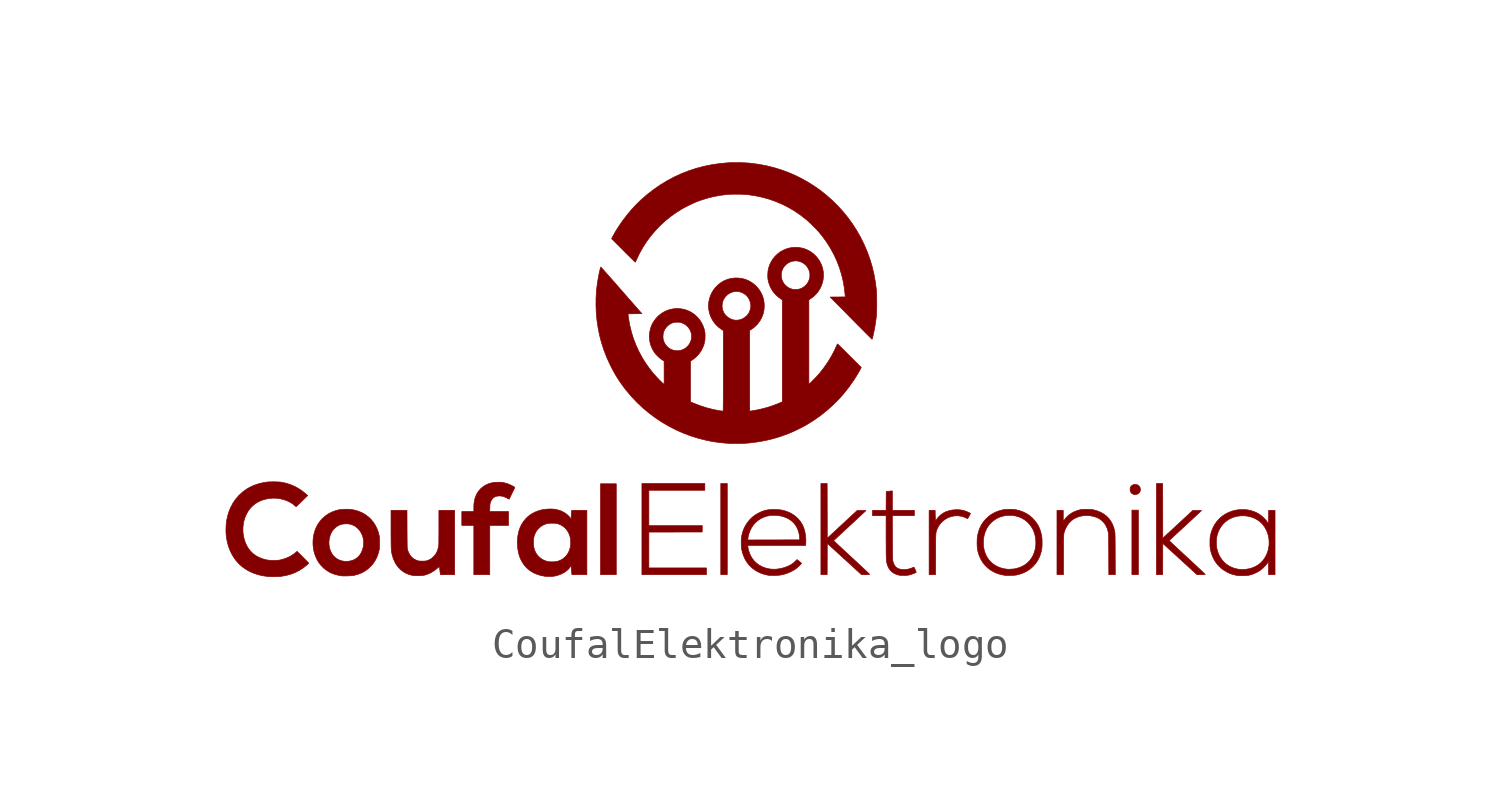
<source format=kicad_sym>
(kicad_symbol_lib
  (version 20211014)
  (generator kicad_symbol_editor)
  (symbol "CoufalElektronika_logo"
    (pin_names
      (offset 1.016))
    (property "Reference" "G"
      (at 0 6.861 0)
      (effects (font (size 1.27 1.27)) hide))
    (symbol "CoufalElektronika_logo_0_0"
      (polyline (pts (xy -4.539 -3.118) (xy -5.059 -3.118) (xy -5.059 -6.121) (xy -4.539 -6.121) (xy -4.539 -3.118)) (stroke (width 0.01) (type default) (color 0 0 0 0)) (fill (type outline)))
      (polyline (pts (xy -0.871 -3.11) (xy -1.085 -3.11) (xy -1.085 -6.121) (xy -0.871 -6.121) (xy -0.871 -3.11)) (stroke (width 0.01) (type default) (color 0 0 0 0)) (fill (type outline)))
      (polyline (pts (xy 12.715 -3.989) (xy 12.501 -3.989) (xy 12.501 -6.121) (xy 12.715 -6.121) (xy 12.715 -3.989)) (stroke (width 0.01) (type default) (color 0 0 0 0)) (fill (type outline)))
      (polyline (pts (xy -1.559 -5.899) (xy -3.462 -5.899) (xy -3.462 -4.715) (xy -2.581 -4.713) (xy -1.7 -4.711) (xy -1.696 -4.501) (xy -3.462 -4.501) (xy -3.462 -3.332) (xy -1.612 -3.332) (xy -1.612 -3.11) (xy -3.691 -3.11) (xy -3.691 -6.121) (xy -1.559 -6.121) (xy -1.559 -5.899)) (stroke (width 0.01) (type default) (color 0 0 0 0)) (fill (type outline)))
      (polyline (pts (xy 12.658 -3.468) (xy 12.701 -3.45) (xy 12.737 -3.423) (xy 12.763 -3.388) (xy 12.777 -3.352) (xy 12.781 -3.303) (xy 12.774 -3.254) (xy 12.766 -3.234) (xy 12.742 -3.196) (xy 12.709 -3.167) (xy 12.669 -3.147) (xy 12.626 -3.138) (xy 12.582 -3.139) (xy 12.539 -3.151) (xy 12.5 -3.174) (xy 12.467 -3.208) (xy 12.454 -3.231) (xy 12.445 -3.256) (xy 12.442 -3.289) (xy 12.442 -3.331) (xy 12.454 -3.379) (xy 12.478 -3.418) (xy 12.514 -3.449) (xy 12.562 -3.47) (xy 12.568 -3.471) (xy 12.612 -3.476) (xy 12.658 -3.468)) (stroke (width 0.01) (type default) (color 0 0 0 0)) (fill (type outline)))
      (polyline (pts (xy -8.719 -4.493) (xy -8.1 -4.493) (xy -8.1 -4.035) (xy -8.72 -4.035) (xy -8.717 -3.907) (xy -8.717 -3.903) (xy -8.716 -3.855) (xy -8.714 -3.818) (xy -8.711 -3.79) (xy -8.707 -3.767) (xy -8.702 -3.746) (xy -8.694 -3.724) (xy -8.673 -3.674) (xy -8.637 -3.619) (xy -8.593 -3.575) (xy -8.54 -3.545) (xy -8.477 -3.526) (xy -8.406 -3.52) (xy -8.387 -3.52) (xy -8.329 -3.525) (xy -8.273 -3.538) (xy -8.214 -3.56) (xy -8.149 -3.591) (xy -8.079 -3.628) (xy -7.987 -3.44) (xy -7.985 -3.437) (xy -7.961 -3.387) (xy -7.939 -3.342) (xy -7.92 -3.303) (xy -7.905 -3.272) (xy -7.896 -3.25) (xy -7.892 -3.241) (xy -7.892 -3.24) (xy -7.9 -3.231) (xy -7.919 -3.217) (xy -7.947 -3.2) (xy -7.982 -3.182) (xy -8.021 -3.163) (xy -8.061 -3.144) (xy -8.101 -3.128) (xy -8.139 -3.114) (xy -8.195 -3.097) (xy -8.263 -3.08) (xy -8.329 -3.07) (xy -8.399 -3.066) (xy -8.478 -3.067) (xy -8.538 -3.07) (xy -8.643 -3.085) (xy -8.739 -3.11) (xy -8.829 -3.147) (xy -8.914 -3.196) (xy -8.933 -3.209) (xy -9.011 -3.273) (xy -9.079 -3.348) (xy -9.137 -3.433) (xy -9.182 -3.526) (xy -9.216 -3.626) (xy -9.222 -3.655) (xy -9.233 -3.712) (xy -9.241 -3.772) (xy -9.245 -3.839) (xy -9.246 -3.917) (xy -9.246 -4.035) (xy -9.643 -4.035) (xy -9.643 -4.493) (xy -9.246 -4.493) (xy -9.246 -6.121) (xy -8.719 -6.121) (xy -8.719 -4.493)) (stroke (width 0.01) (type default) (color 0 0 0 0)) (fill (type outline)))
      (polyline (pts (xy 2.434 -5.087) (xy 2.999 -5.604) (xy 3.565 -6.121) (xy 3.7 -6.121) (xy 3.718 -6.121) (xy 3.765 -6.12) (xy 3.798 -6.119) (xy 3.82 -6.117) (xy 3.832 -6.115) (xy 3.835 -6.111) (xy 3.83 -6.105) (xy 3.815 -6.09) (xy 3.789 -6.065) (xy 3.755 -6.032) (xy 3.712 -5.992) (xy 3.661 -5.944) (xy 3.604 -5.89) (xy 3.54 -5.831) (xy 3.471 -5.767) (xy 3.398 -5.698) (xy 3.32 -5.626) (xy 3.239 -5.552) (xy 3.161 -5.48) (xy 3.084 -5.408) (xy 3.01 -5.34) (xy 2.941 -5.276) (xy 2.878 -5.216) (xy 2.82 -5.163) (xy 2.77 -5.115) (xy 2.727 -5.075) (xy 2.692 -5.042) (xy 2.667 -5.018) (xy 2.651 -5.002) (xy 2.646 -4.996) (xy 2.646 -4.996) (xy 2.655 -4.987) (xy 2.674 -4.969) (xy 2.703 -4.942) (xy 2.74 -4.907) (xy 2.785 -4.865) (xy 2.838 -4.816) (xy 2.896 -4.762) (xy 2.961 -4.702) (xy 3.03 -4.638) (xy 3.103 -4.571) (xy 3.179 -4.5) (xy 3.201 -4.479) (xy 3.277 -4.41) (xy 3.349 -4.343) (xy 3.416 -4.28) (xy 3.479 -4.222) (xy 3.536 -4.169) (xy 3.586 -4.122) (xy 3.629 -4.082) (xy 3.664 -4.049) (xy 3.69 -4.025) (xy 3.707 -4.009) (xy 3.712 -4.003) (xy 3.712 -4.003) (xy 3.705 -4.001) (xy 3.685 -3.999) (xy 3.655 -3.998) (xy 3.616 -3.997) (xy 3.571 -3.997) (xy 3.427 -3.997) (xy 2.93 -4.457) (xy 2.434 -4.918) (xy 2.432 -4.014) (xy 2.43 -3.11) (xy 2.224 -3.11) (xy 2.224 -6.121) (xy 2.43 -6.121) (xy 2.434 -5.087)) (stroke (width 0.01) (type default) (color 0 0 0 0)) (fill (type outline)))
      (polyline (pts (xy 13.52 -5.604) (xy 13.521 -5.087) (xy 14.087 -5.604) (xy 14.652 -6.121) (xy 14.788 -6.121) (xy 14.806 -6.121) (xy 14.852 -6.12) (xy 14.886 -6.119) (xy 14.908 -6.117) (xy 14.92 -6.115) (xy 14.923 -6.111) (xy 14.918 -6.105) (xy 14.902 -6.09) (xy 14.877 -6.065) (xy 14.842 -6.032) (xy 14.799 -5.992) (xy 14.749 -5.944) (xy 14.691 -5.89) (xy 14.628 -5.831) (xy 14.559 -5.767) (xy 14.485 -5.698) (xy 14.408 -5.626) (xy 14.327 -5.552) (xy 14.249 -5.48) (xy 14.171 -5.408) (xy 14.098 -5.34) (xy 14.029 -5.276) (xy 13.965 -5.216) (xy 13.908 -5.163) (xy 13.857 -5.115) (xy 13.815 -5.075) (xy 13.78 -5.042) (xy 13.754 -5.018) (xy 13.739 -5.002) (xy 13.733 -4.996) (xy 13.734 -4.996) (xy 13.743 -4.987) (xy 13.762 -4.969) (xy 13.791 -4.942) (xy 13.828 -4.907) (xy 13.873 -4.865) (xy 13.925 -4.816) (xy 13.984 -4.762) (xy 14.048 -4.702) (xy 14.117 -4.638) (xy 14.19 -4.571) (xy 14.267 -4.5) (xy 14.289 -4.479) (xy 14.364 -4.41) (xy 14.436 -4.343) (xy 14.504 -4.28) (xy 14.567 -4.222) (xy 14.624 -4.169) (xy 14.674 -4.122) (xy 14.717 -4.082) (xy 14.752 -4.049) (xy 14.778 -4.025) (xy 14.794 -4.009) (xy 14.8 -4.003) (xy 14.8 -4.003) (xy 14.793 -4.001) (xy 14.773 -3.999) (xy 14.742 -3.998) (xy 14.704 -3.997) (xy 14.659 -3.997) (xy 14.515 -3.997) (xy 13.521 -4.918) (xy 13.52 -4.014) (xy 13.518 -3.11) (xy 13.311 -3.11) (xy 13.311 -6.121) (xy 13.518 -6.121) (xy 13.52 -5.604)) (stroke (width 0.01) (type default) (color 0 0 0 0)) (fill (type outline)))
      (polyline (pts (xy 6.016 -5.439) (xy 6.016 -5.356) (xy 6.016 -5.246) (xy 6.017 -5.15) (xy 6.017 -5.066) (xy 6.018 -4.994) (xy 6.018 -4.933) (xy 6.019 -4.88) (xy 6.021 -4.836) (xy 6.022 -4.799) (xy 6.024 -4.768) (xy 6.027 -4.742) (xy 6.03 -4.72) (xy 6.034 -4.701) (xy 6.038 -4.684) (xy 6.043 -4.668) (xy 6.05 -4.652) (xy 6.056 -4.635) (xy 6.064 -4.616) (xy 6.075 -4.589) (xy 6.122 -4.502) (xy 6.182 -4.423) (xy 6.253 -4.351) (xy 6.333 -4.29) (xy 6.421 -4.241) (xy 6.438 -4.233) (xy 6.533 -4.2) (xy 6.631 -4.18) (xy 6.73 -4.175) (xy 6.829 -4.184) (xy 6.925 -4.208) (xy 7.017 -4.245) (xy 7.022 -4.248) (xy 7.046 -4.26) (xy 7.064 -4.268) (xy 7.072 -4.271) (xy 7.072 -4.271) (xy 7.078 -4.263) (xy 7.088 -4.245) (xy 7.103 -4.22) (xy 7.119 -4.191) (xy 7.135 -4.162) (xy 7.149 -4.135) (xy 7.16 -4.114) (xy 7.166 -4.102) (xy 7.166 -4.1) (xy 7.157 -4.092) (xy 7.136 -4.08) (xy 7.108 -4.066) (xy 7.074 -4.051) (xy 7.036 -4.035) (xy 6.999 -4.021) (xy 6.964 -4.008) (xy 6.933 -3.999) (xy 6.87 -3.986) (xy 6.767 -3.975) (xy 6.661 -3.976) (xy 6.554 -3.987) (xy 6.45 -4.01) (xy 6.354 -4.043) (xy 6.279 -4.08) (xy 6.207 -4.128) (xy 6.141 -4.183) (xy 6.085 -4.243) (xy 6.04 -4.306) (xy 6.01 -4.359) (xy 6.005 -4.241) (xy 6.005 -4.227) (xy 6.003 -4.179) (xy 6.001 -4.132) (xy 6 -4.09) (xy 6 -4.059) (xy 5.998 -3.996) (xy 5.8 -3.996) (xy 5.8 -6.121) (xy 6.013 -6.121) (xy 6.016 -5.439)) (stroke (width 0.01) (type default) (color 0 0 0 0)) (fill (type outline)))
      (polyline (pts (xy 5.009 -6.148) (xy 5.067 -6.144) (xy 5.118 -6.137) (xy 5.158 -6.129) (xy 5.177 -6.123) (xy 5.215 -6.111) (xy 5.255 -6.097) (xy 5.293 -6.083) (xy 5.326 -6.069) (xy 5.352 -6.058) (xy 5.366 -6.05) (xy 5.368 -6.048) (xy 5.371 -6.043) (xy 5.371 -6.033) (xy 5.366 -6.017) (xy 5.357 -5.992) (xy 5.341 -5.956) (xy 5.341 -5.956) (xy 5.326 -5.923) (xy 5.314 -5.897) (xy 5.304 -5.88) (xy 5.298 -5.874) (xy 5.293 -5.876) (xy 5.276 -5.882) (xy 5.25 -5.892) (xy 5.22 -5.904) (xy 5.204 -5.909) (xy 5.143 -5.93) (xy 5.086 -5.943) (xy 5.029 -5.95) (xy 4.967 -5.952) (xy 4.952 -5.952) (xy 4.872 -5.946) (xy 4.803 -5.929) (xy 4.745 -5.902) (xy 4.696 -5.864) (xy 4.657 -5.814) (xy 4.626 -5.752) (xy 4.603 -5.677) (xy 4.603 -5.675) (xy 4.601 -5.664) (xy 4.598 -5.652) (xy 4.597 -5.637) (xy 4.595 -5.618) (xy 4.594 -5.595) (xy 4.593 -5.566) (xy 4.592 -5.53) (xy 4.591 -5.488) (xy 4.59 -5.436) (xy 4.59 -5.375) (xy 4.589 -5.304) (xy 4.588 -5.222) (xy 4.588 -5.127) (xy 4.587 -5.019) (xy 4.587 -4.896) (xy 4.584 -4.172) (xy 5.311 -4.172) (xy 5.311 -3.996) (xy 4.585 -3.996) (xy 4.585 -3.354) (xy 4.564 -3.355) (xy 4.554 -3.356) (xy 4.53 -3.358) (xy 4.498 -3.361) (xy 4.463 -3.365) (xy 4.382 -3.374) (xy 4.378 -3.996) (xy 3.928 -3.996) (xy 3.928 -4.172) (xy 4.378 -4.172) (xy 4.378 -4.94) (xy 4.379 -5.06) (xy 4.379 -5.166) (xy 4.379 -5.259) (xy 4.38 -5.341) (xy 4.38 -5.411) (xy 4.381 -5.473) (xy 4.383 -5.525) (xy 4.384 -5.57) (xy 4.386 -5.608) (xy 4.388 -5.641) (xy 4.391 -5.669) (xy 4.395 -5.693) (xy 4.399 -5.715) (xy 4.403 -5.736) (xy 4.408 -5.756) (xy 4.414 -5.777) (xy 4.433 -5.833) (xy 4.471 -5.912) (xy 4.519 -5.98) (xy 4.578 -6.037) (xy 4.647 -6.082) (xy 4.727 -6.117) (xy 4.817 -6.141) (xy 4.843 -6.144) (xy 4.893 -6.148) (xy 4.95 -6.149) (xy 5.009 -6.148)) (stroke (width 0.01) (type default) (color 0 0 0 0)) (fill (type outline)))
      (polyline (pts (xy 10.241 -5.458) (xy 10.242 -5.367) (xy 10.242 -5.262) (xy 10.243 -5.171) (xy 10.243 -5.092) (xy 10.243 -5.024) (xy 10.244 -4.967) (xy 10.245 -4.919) (xy 10.246 -4.879) (xy 10.247 -4.846) (xy 10.248 -4.82) (xy 10.249 -4.799) (xy 10.251 -4.782) (xy 10.253 -4.768) (xy 10.255 -4.756) (xy 10.257 -4.745) (xy 10.26 -4.734) (xy 10.269 -4.703) (xy 10.306 -4.604) (xy 10.355 -4.512) (xy 10.413 -4.428) (xy 10.481 -4.356) (xy 10.556 -4.295) (xy 10.608 -4.263) (xy 10.695 -4.223) (xy 10.789 -4.193) (xy 10.889 -4.174) (xy 10.99 -4.167) (xy 11.091 -4.171) (xy 11.184 -4.186) (xy 11.288 -4.213) (xy 11.381 -4.25) (xy 11.463 -4.298) (xy 11.534 -4.357) (xy 11.595 -4.427) (xy 11.646 -4.508) (xy 11.686 -4.6) (xy 11.716 -4.703) (xy 11.718 -4.711) (xy 11.721 -4.724) (xy 11.723 -4.737) (xy 11.725 -4.752) (xy 11.727 -4.769) (xy 11.728 -4.791) (xy 11.729 -4.817) (xy 11.73 -4.849) (xy 11.731 -4.889) (xy 11.732 -4.936) (xy 11.733 -4.992) (xy 11.733 -5.059) (xy 11.734 -5.136) (xy 11.734 -5.226) (xy 11.735 -5.329) (xy 11.735 -5.446) (xy 11.738 -6.121) (xy 11.952 -6.121) (xy 11.949 -5.439) (xy 11.949 -5.381) (xy 11.948 -5.269) (xy 11.948 -5.17) (xy 11.947 -5.084) (xy 11.947 -5.01) (xy 11.946 -4.946) (xy 11.945 -4.893) (xy 11.944 -4.848) (xy 11.943 -4.81) (xy 11.942 -4.779) (xy 11.941 -4.754) (xy 11.939 -4.734) (xy 11.938 -4.716) (xy 11.935 -4.702) (xy 11.933 -4.689) (xy 11.928 -4.664) (xy 11.895 -4.546) (xy 11.851 -4.439) (xy 11.796 -4.341) (xy 11.729 -4.254) (xy 11.652 -4.178) (xy 11.563 -4.112) (xy 11.464 -4.057) (xy 11.354 -4.013) (xy 11.233 -3.979) (xy 11.208 -3.974) (xy 11.179 -3.969) (xy 11.148 -3.966) (xy 11.111 -3.964) (xy 11.065 -3.963) (xy 11.007 -3.962) (xy 10.944 -3.963) (xy 10.885 -3.965) (xy 10.839 -3.968) (xy 10.809 -3.972) (xy 10.701 -4.001) (xy 10.593 -4.043) (xy 10.495 -4.095) (xy 10.408 -4.158) (xy 10.332 -4.231) (xy 10.267 -4.313) (xy 10.232 -4.367) (xy 10.232 -3.996) (xy 10.025 -3.996) (xy 10.025 -6.121) (xy 10.239 -6.121) (xy 10.241 -5.458)) (stroke (width 0.01) (type default) (color 0 0 0 0)) (fill (type outline)))
      (polyline (pts (xy -11.026 -6.154) (xy -10.971 -6.151) (xy -10.924 -6.146) (xy -10.888 -6.141) (xy -10.857 -6.133) (xy -10.75 -6.097) (xy -10.646 -6.047) (xy -10.545 -5.982) (xy -10.446 -5.903) (xy -10.429 -5.888) (xy -10.409 -5.871) (xy -10.396 -5.862) (xy -10.388 -5.861) (xy -10.384 -5.866) (xy -10.383 -5.871) (xy -10.38 -5.891) (xy -10.375 -5.921) (xy -10.37 -5.958) (xy -10.365 -6) (xy -10.351 -6.121) (xy -9.88 -6.121) (xy -9.88 -3.996) (xy -10.4 -3.996) (xy -10.4 -4.625) (xy -10.4 -4.736) (xy -10.401 -4.837) (xy -10.402 -4.925) (xy -10.402 -5.002) (xy -10.403 -5.065) (xy -10.405 -5.114) (xy -10.406 -5.15) (xy -10.408 -5.171) (xy -10.421 -5.234) (xy -10.44 -5.301) (xy -10.465 -5.366) (xy -10.493 -5.421) (xy -10.515 -5.454) (xy -10.552 -5.498) (xy -10.593 -5.542) (xy -10.636 -5.579) (xy -10.677 -5.607) (xy -10.704 -5.622) (xy -10.741 -5.639) (xy -10.776 -5.653) (xy -10.796 -5.66) (xy -10.817 -5.666) (xy -10.839 -5.669) (xy -10.866 -5.672) (xy -10.9 -5.673) (xy -10.946 -5.673) (xy -10.951 -5.673) (xy -10.995 -5.673) (xy -11.028 -5.672) (xy -11.054 -5.67) (xy -11.075 -5.666) (xy -11.097 -5.661) (xy -11.122 -5.652) (xy -11.155 -5.639) (xy -11.217 -5.606) (xy -11.274 -5.566) (xy -11.321 -5.522) (xy -11.322 -5.521) (xy -11.347 -5.487) (xy -11.374 -5.443) (xy -11.399 -5.393) (xy -11.421 -5.343) (xy -11.436 -5.295) (xy -11.437 -5.292) (xy -11.44 -5.282) (xy -11.442 -5.27) (xy -11.444 -5.256) (xy -11.445 -5.238) (xy -11.447 -5.215) (xy -11.448 -5.186) (xy -11.449 -5.151) (xy -11.449 -5.107) (xy -11.45 -5.055) (xy -11.451 -4.992) (xy -11.451 -4.919) (xy -11.452 -4.833) (xy -11.452 -4.734) (xy -11.453 -4.621) (xy -11.455 -3.996) (xy -11.982 -3.996) (xy -11.982 -4.617) (xy -11.982 -4.678) (xy -11.982 -4.79) (xy -11.981 -4.889) (xy -11.981 -4.976) (xy -11.98 -5.051) (xy -11.979 -5.116) (xy -11.978 -5.172) (xy -11.977 -5.221) (xy -11.975 -5.262) (xy -11.972 -5.299) (xy -11.969 -5.33) (xy -11.966 -5.359) (xy -11.961 -5.386) (xy -11.957 -5.411) (xy -11.951 -5.437) (xy -11.945 -5.465) (xy -11.943 -5.471) (xy -11.908 -5.589) (xy -11.861 -5.697) (xy -11.804 -5.796) (xy -11.737 -5.884) (xy -11.66 -5.96) (xy -11.574 -6.026) (xy -11.48 -6.079) (xy -11.377 -6.12) (xy -11.267 -6.147) (xy -11.241 -6.151) (xy -11.195 -6.154) (xy -11.142 -6.156) (xy -11.084 -6.156) (xy -11.026 -6.154)) (stroke (width 0.01) (type default) (color 0 0 0 0)) (fill (type outline)))
      (polyline (pts (xy -13.47 -6.164) (xy -13.408 -6.162) (xy -13.347 -6.16) (xy -13.29 -6.155) (xy -13.241 -6.15) (xy -13.204 -6.144) (xy -13.184 -6.14) (xy -13.059 -6.105) (xy -12.945 -6.059) (xy -12.84 -6.001) (xy -12.744 -5.931) (xy -12.655 -5.849) (xy -12.65 -5.845) (xy -12.573 -5.754) (xy -12.507 -5.655) (xy -12.452 -5.548) (xy -12.408 -5.431) (xy -12.374 -5.303) (xy -12.369 -5.276) (xy -12.364 -5.228) (xy -12.361 -5.171) (xy -12.359 -5.108) (xy -12.359 -5.043) (xy -12.36 -4.979) (xy -12.363 -4.92) (xy -12.368 -4.869) (xy -12.374 -4.83) (xy -12.4 -4.728) (xy -12.445 -4.604) (xy -12.501 -4.49) (xy -12.569 -4.385) (xy -12.647 -4.291) (xy -12.736 -4.207) (xy -12.834 -4.135) (xy -12.941 -4.074) (xy -13.058 -4.025) (xy -13.182 -3.989) (xy -13.314 -3.965) (xy -13.339 -3.963) (xy -13.398 -3.96) (xy -13.465 -3.959) (xy -13.535 -3.961) (xy -13.604 -3.966) (xy -13.666 -3.972) (xy -13.718 -3.981) (xy -13.807 -4.003) (xy -13.925 -4.047) (xy -14.036 -4.102) (xy -14.138 -4.17) (xy -14.231 -4.248) (xy -14.314 -4.337) (xy -14.386 -4.436) (xy -14.447 -4.543) (xy -14.495 -4.659) (xy -14.53 -4.782) (xy -14.546 -4.86) (xy -14.56 -4.99) (xy -14.561 -5.112) (xy -14.033 -5.112) (xy -14.033 -5.016) (xy -14.02 -4.92) (xy -13.994 -4.826) (xy -13.956 -4.736) (xy -13.936 -4.699) (xy -13.914 -4.667) (xy -13.889 -4.635) (xy -13.854 -4.599) (xy -13.842 -4.588) (xy -13.78 -4.534) (xy -13.717 -4.495) (xy -13.649 -4.467) (xy -13.575 -4.449) (xy -13.491 -4.442) (xy -13.449 -4.441) (xy -13.386 -4.444) (xy -13.33 -4.453) (xy -13.275 -4.471) (xy -13.216 -4.496) (xy -13.174 -4.519) (xy -13.104 -4.571) (xy -13.041 -4.633) (xy -12.989 -4.705) (xy -12.946 -4.785) (xy -12.914 -4.871) (xy -12.893 -4.961) (xy -12.886 -5.055) (xy -12.891 -5.15) (xy -12.903 -5.22) (xy -12.93 -5.314) (xy -12.968 -5.399) (xy -13.016 -5.474) (xy -13.075 -5.539) (xy -13.142 -5.592) (xy -13.218 -5.634) (xy -13.302 -5.663) (xy -13.33 -5.669) (xy -13.423 -5.682) (xy -13.515 -5.681) (xy -13.603 -5.667) (xy -13.686 -5.64) (xy -13.764 -5.6) (xy -13.834 -5.549) (xy -13.894 -5.487) (xy -13.914 -5.462) (xy -13.961 -5.383) (xy -13.997 -5.298) (xy -14.021 -5.207) (xy -14.033 -5.112) (xy -14.561 -5.112) (xy -14.561 -5.118) (xy -14.549 -5.245) (xy -14.525 -5.367) (xy -14.489 -5.485) (xy -14.441 -5.597) (xy -14.382 -5.702) (xy -14.312 -5.797) (xy -14.231 -5.883) (xy -14.207 -5.904) (xy -14.156 -5.946) (xy -14.099 -5.987) (xy -14.043 -6.023) (xy -13.992 -6.052) (xy -13.937 -6.077) (xy -13.865 -6.103) (xy -13.787 -6.126) (xy -13.708 -6.145) (xy -13.632 -6.159) (xy -13.623 -6.16) (xy -13.581 -6.163) (xy -13.528 -6.164) (xy -13.47 -6.164)) (stroke (width 0.01) (type default) (color 0 0 0 0)) (fill (type outline)))
      (polyline (pts (xy -15.805 -6.188) (xy -15.737 -6.186) (xy -15.675 -6.183) (xy -15.624 -6.178) (xy -15.595 -6.174) (xy -15.439 -6.146) (xy -15.29 -6.105) (xy -15.148 -6.05) (xy -15.014 -5.982) (xy -14.886 -5.899) (xy -14.764 -5.804) (xy -14.744 -5.786) (xy -14.722 -5.766) (xy -14.707 -5.75) (xy -14.702 -5.742) (xy -14.707 -5.737) (xy -14.721 -5.721) (xy -14.743 -5.697) (xy -14.773 -5.666) (xy -14.809 -5.629) (xy -14.85 -5.587) (xy -14.894 -5.543) (xy -15.087 -5.35) (xy -15.137 -5.393) (xy -15.182 -5.429) (xy -15.287 -5.499) (xy -15.401 -5.558) (xy -15.524 -5.603) (xy -15.654 -5.637) (xy -15.654 -5.637) (xy -15.701 -5.644) (xy -15.76 -5.648) (xy -15.825 -5.651) (xy -15.893 -5.651) (xy -15.96 -5.648) (xy -16.022 -5.643) (xy -16.074 -5.636) (xy -16.121 -5.627) (xy -16.241 -5.593) (xy -16.352 -5.548) (xy -16.453 -5.492) (xy -16.544 -5.424) (xy -16.625 -5.345) (xy -16.696 -5.255) (xy -16.755 -5.154) (xy -16.799 -5.056) (xy -16.837 -4.94) (xy -16.863 -4.822) (xy -16.875 -4.701) (xy -16.876 -4.581) (xy -16.865 -4.462) (xy -16.843 -4.345) (xy -16.808 -4.233) (xy -16.763 -4.126) (xy -16.707 -4.026) (xy -16.639 -3.934) (xy -16.561 -3.852) (xy -16.477 -3.782) (xy -16.38 -3.721) (xy -16.276 -3.672) (xy -16.163 -3.635) (xy -16.041 -3.609) (xy -15.909 -3.595) (xy -15.869 -3.593) (xy -15.759 -3.597) (xy -15.648 -3.612) (xy -15.539 -3.639) (xy -15.434 -3.674) (xy -15.336 -3.72) (xy -15.246 -3.773) (xy -15.168 -3.834) (xy -15.163 -3.839) (xy -15.142 -3.857) (xy -15.126 -3.869) (xy -15.117 -3.874) (xy -15.113 -3.871) (xy -15.098 -3.858) (xy -15.075 -3.837) (xy -15.045 -3.808) (xy -15.009 -3.773) (xy -14.968 -3.734) (xy -14.924 -3.691) (xy -14.736 -3.507) (xy -14.771 -3.476) (xy -14.772 -3.475) (xy -14.896 -3.372) (xy -15.025 -3.283) (xy -15.159 -3.208) (xy -15.3 -3.147) (xy -15.446 -3.1) (xy -15.6 -3.067) (xy -15.627 -3.063) (xy -15.675 -3.059) (xy -15.734 -3.056) (xy -15.798 -3.054) (xy -15.866 -3.053) (xy -15.932 -3.054) (xy -15.994 -3.055) (xy -16.049 -3.058) (xy -16.093 -3.063) (xy -16.218 -3.084) (xy -16.366 -3.12) (xy -16.505 -3.167) (xy -16.634 -3.225) (xy -16.755 -3.294) (xy -16.868 -3.375) (xy -16.974 -3.469) (xy -17.026 -3.521) (xy -17.122 -3.635) (xy -17.205 -3.757) (xy -17.276 -3.889) (xy -17.335 -4.029) (xy -17.381 -4.178) (xy -17.416 -4.337) (xy -17.421 -4.373) (xy -17.428 -4.441) (xy -17.433 -4.517) (xy -17.436 -4.597) (xy -17.437 -4.675) (xy -17.435 -4.748) (xy -17.43 -4.811) (xy -17.428 -4.83) (xy -17.404 -4.991) (xy -17.367 -5.143) (xy -17.317 -5.287) (xy -17.256 -5.421) (xy -17.184 -5.546) (xy -17.1 -5.66) (xy -17.006 -5.765) (xy -16.901 -5.859) (xy -16.785 -5.941) (xy -16.66 -6.013) (xy -16.525 -6.073) (xy -16.381 -6.121) (xy -16.228 -6.157) (xy -16.066 -6.181) (xy -16.06 -6.182) (xy -16.008 -6.185) (xy -15.945 -6.188) (xy -15.876 -6.188) (xy -15.805 -6.188)) (stroke (width 0.01) (type default) (color 0 0 0 0)) (fill (type outline)))
      (polyline (pts (xy 8.439 -6.148) (xy 8.486 -6.147) (xy 8.53 -6.146) (xy 8.585 -6.144) (xy 8.629 -6.141) (xy 8.667 -6.136) (xy 8.702 -6.13) (xy 8.816 -6.099) (xy 8.936 -6.054) (xy 9.046 -5.996) (xy 9.146 -5.928) (xy 9.236 -5.848) (xy 9.316 -5.758) (xy 9.384 -5.658) (xy 9.441 -5.548) (xy 9.486 -5.428) (xy 9.518 -5.299) (xy 9.525 -5.255) (xy 9.53 -5.2) (xy 9.532 -5.137) (xy 9.533 -5.069) (xy 9.532 -5.002) (xy 9.53 -4.937) (xy 9.525 -4.88) (xy 9.518 -4.833) (xy 9.517 -4.826) (xy 9.486 -4.699) (xy 9.444 -4.582) (xy 9.389 -4.474) (xy 9.321 -4.373) (xy 9.241 -4.279) (xy 9.222 -4.259) (xy 9.132 -4.18) (xy 9.035 -4.113) (xy 8.929 -4.058) (xy 8.814 -4.013) (xy 8.688 -3.98) (xy 8.652 -3.974) (xy 8.586 -3.966) (xy 8.512 -3.962) (xy 8.434 -3.962) (xy 8.359 -3.964) (xy 8.289 -3.97) (xy 8.23 -3.98) (xy 8.201 -3.987) (xy 8.078 -4.022) (xy 7.965 -4.069) (xy 7.861 -4.127) (xy 7.766 -4.197) (xy 7.678 -4.279) (xy 7.673 -4.284) (xy 7.593 -4.378) (xy 7.526 -4.48) (xy 7.472 -4.589) (xy 7.43 -4.706) (xy 7.4 -4.833) (xy 7.393 -4.879) (xy 7.388 -4.936) (xy 7.386 -5.001) (xy 7.385 -5.069) (xy 7.385 -5.074) (xy 7.59 -5.074) (xy 7.596 -4.956) (xy 7.614 -4.84) (xy 7.646 -4.728) (xy 7.691 -4.623) (xy 7.707 -4.591) (xy 7.743 -4.531) (xy 7.783 -4.477) (xy 7.832 -4.422) (xy 7.845 -4.408) (xy 7.93 -4.333) (xy 8.023 -4.271) (xy 8.122 -4.223) (xy 8.228 -4.189) (xy 8.34 -4.168) (xy 8.459 -4.161) (xy 8.547 -4.165) (xy 8.659 -4.182) (xy 8.765 -4.212) (xy 8.867 -4.256) (xy 8.945 -4.302) (xy 9.031 -4.368) (xy 9.109 -4.446) (xy 9.175 -4.533) (xy 9.231 -4.629) (xy 9.274 -4.733) (xy 9.301 -4.828) (xy 9.321 -4.945) (xy 9.328 -5.063) (xy 9.322 -5.18) (xy 9.302 -5.294) (xy 9.269 -5.404) (xy 9.224 -5.507) (xy 9.181 -5.58) (xy 9.115 -5.665) (xy 9.038 -5.74) (xy 8.952 -5.804) (xy 8.856 -5.857) (xy 8.752 -5.897) (xy 8.641 -5.926) (xy 8.635 -5.927) (xy 8.595 -5.932) (xy 8.548 -5.937) (xy 8.497 -5.94) (xy 8.448 -5.942) (xy 8.404 -5.942) (xy 8.371 -5.94) (xy 8.281 -5.927) (xy 8.168 -5.898) (xy 8.063 -5.857) (xy 7.967 -5.804) (xy 7.88 -5.74) (xy 7.804 -5.666) (xy 7.738 -5.581) (xy 7.684 -5.486) (xy 7.641 -5.381) (xy 7.619 -5.308) (xy 7.598 -5.192) (xy 7.59 -5.074) (xy 7.385 -5.074) (xy 7.386 -5.136) (xy 7.388 -5.199) (xy 7.393 -5.255) (xy 7.4 -5.299) (xy 7.422 -5.393) (xy 7.463 -5.515) (xy 7.516 -5.627) (xy 7.581 -5.73) (xy 7.657 -5.823) (xy 7.745 -5.906) (xy 7.844 -5.979) (xy 7.955 -6.041) (xy 8.001 -6.062) (xy 8.095 -6.097) (xy 8.2 -6.125) (xy 8.318 -6.146) (xy 8.332 -6.147) (xy 8.359 -6.148) (xy 8.395 -6.148) (xy 8.439 -6.148)) (stroke (width 0.01) (type default) (color 0 0 0 0)) (fill (type outline)))
      (polyline (pts (xy -6.68 -6.179) (xy -6.626 -6.176) (xy -6.582 -6.17) (xy -6.514 -6.155) (xy -6.42 -6.126) (xy -6.331 -6.089) (xy -6.249 -6.043) (xy -6.176 -5.991) (xy -6.114 -5.933) (xy -6.066 -5.872) (xy -6.062 -5.867) (xy -6.048 -5.845) (xy -6.037 -5.83) (xy -6.032 -5.825) (xy -6.032 -5.826) (xy -6.031 -5.838) (xy -6.028 -5.862) (xy -6.025 -5.895) (xy -6.022 -5.934) (xy -6.021 -5.941) (xy -6.018 -5.984) (xy -6.014 -6.024) (xy -6.011 -6.058) (xy -6.009 -6.081) (xy -6.004 -6.121) (xy -5.51 -6.121) (xy -5.51 -3.996) (xy -6.012 -3.996) (xy -6.016 -4.044) (xy -6.019 -4.067) (xy -6.021 -4.103) (xy -6.024 -4.145) (xy -6.026 -4.187) (xy -6.031 -4.283) (xy -6.047 -4.261) (xy -6.09 -4.207) (xy -6.164 -4.135) (xy -6.248 -4.074) (xy -6.342 -4.024) (xy -6.445 -3.987) (xy -6.558 -3.962) (xy -6.559 -3.961) (xy -6.617 -3.955) (xy -6.685 -3.952) (xy -6.759 -3.952) (xy -6.835 -3.956) (xy -6.907 -3.963) (xy -6.971 -3.973) (xy -6.989 -3.977) (xy -7.115 -4.011) (xy -7.231 -4.057) (xy -7.338 -4.115) (xy -7.436 -4.184) (xy -7.522 -4.264) (xy -7.598 -4.354) (xy -7.663 -4.454) (xy -7.717 -4.564) (xy -7.758 -4.682) (xy -7.786 -4.809) (xy -7.796 -4.877) (xy -7.806 -5.006) (xy -7.806 -5.055) (xy -7.277 -5.055) (xy -7.276 -5.001) (xy -7.27 -4.93) (xy -7.257 -4.865) (xy -7.237 -4.803) (xy -7.208 -4.738) (xy -7.192 -4.707) (xy -7.175 -4.679) (xy -7.156 -4.653) (xy -7.132 -4.626) (xy -7.099 -4.592) (xy -7.077 -4.57) (xy -7.046 -4.542) (xy -7.02 -4.521) (xy -6.992 -4.504) (xy -6.961 -4.487) (xy -6.926 -4.471) (xy -6.875 -4.45) (xy -6.827 -4.436) (xy -6.778 -4.427) (xy -6.722 -4.422) (xy -6.656 -4.421) (xy -6.647 -4.421) (xy -6.588 -4.422) (xy -6.54 -4.426) (xy -6.498 -4.432) (xy -6.458 -4.443) (xy -6.417 -4.46) (xy -6.369 -4.481) (xy -6.328 -4.504) (xy -6.256 -4.555) (xy -6.194 -4.618) (xy -6.141 -4.691) (xy -6.099 -4.772) (xy -6.068 -4.861) (xy -6.049 -4.957) (xy -6.043 -5.059) (xy -6.046 -5.136) (xy -6.063 -5.234) (xy -6.091 -5.325) (xy -6.131 -5.409) (xy -6.183 -5.484) (xy -6.244 -5.55) (xy -6.315 -5.606) (xy -6.395 -5.65) (xy -6.484 -5.681) (xy -6.505 -5.686) (xy -6.55 -5.692) (xy -6.602 -5.696) (xy -6.657 -5.698) (xy -6.711 -5.697) (xy -6.759 -5.694) (xy -6.797 -5.688) (xy -6.864 -5.67) (xy -6.951 -5.634) (xy -7.029 -5.586) (xy -7.099 -5.525) (xy -7.139 -5.483) (xy -7.19 -5.412) (xy -7.229 -5.335) (xy -7.256 -5.251) (xy -7.272 -5.158) (xy -7.277 -5.055) (xy -7.806 -5.055) (xy -7.805 -5.136) (xy -7.794 -5.265) (xy -7.772 -5.388) (xy -7.741 -5.503) (xy -7.7 -5.606) (xy -7.644 -5.713) (xy -7.578 -5.81) (xy -7.5 -5.897) (xy -7.413 -5.972) (xy -7.358 -6.01) (xy -7.255 -6.069) (xy -7.142 -6.116) (xy -7.024 -6.151) (xy -6.9 -6.174) (xy -6.857 -6.178) (xy -6.801 -6.18) (xy -6.74 -6.181) (xy -6.68 -6.179)) (stroke (width 0.01) (type default) (color 0 0 0 0)) (fill (type outline)))
      (polyline (pts (xy 16.135 -6.156) (xy 16.181 -6.155) (xy 16.213 -6.154) (xy 16.268 -6.152) (xy 16.312 -6.149) (xy 16.35 -6.144) (xy 16.383 -6.137) (xy 16.389 -6.136) (xy 16.508 -6.1) (xy 16.62 -6.051) (xy 16.727 -5.989) (xy 16.748 -5.973) (xy 16.788 -5.94) (xy 16.833 -5.9) (xy 16.877 -5.857) (xy 16.919 -5.812) (xy 16.955 -5.771) (xy 16.982 -5.735) (xy 17.017 -5.681) (xy 17.017 -6.121) (xy 17.231 -6.121) (xy 17.231 -3.996) (xy 17.018 -3.996) (xy 17.016 -4.218) (xy 17.014 -4.44) (xy 16.972 -4.377) (xy 16.927 -4.316) (xy 16.861 -4.245) (xy 16.787 -4.18) (xy 16.706 -4.122) (xy 16.621 -4.073) (xy 16.589 -4.059) (xy 16.532 -4.036) (xy 16.468 -4.015) (xy 16.404 -3.997) (xy 16.345 -3.984) (xy 16.312 -3.979) (xy 16.241 -3.973) (xy 16.163 -3.97) (xy 16.084 -3.972) (xy 16.008 -3.978) (xy 15.942 -3.988) (xy 15.817 -4.019) (xy 15.697 -4.064) (xy 15.586 -4.121) (xy 15.484 -4.189) (xy 15.392 -4.269) (xy 15.311 -4.359) (xy 15.24 -4.46) (xy 15.18 -4.569) (xy 15.133 -4.689) (xy 15.098 -4.816) (xy 15.095 -4.831) (xy 15.09 -4.859) (xy 15.086 -4.887) (xy 15.083 -4.918) (xy 15.082 -4.954) (xy 15.081 -5) (xy 15.081 -5.051) (xy 15.291 -5.051) (xy 15.295 -4.97) (xy 15.303 -4.893) (xy 15.316 -4.824) (xy 15.338 -4.751) (xy 15.381 -4.646) (xy 15.436 -4.549) (xy 15.503 -4.461) (xy 15.58 -4.384) (xy 15.668 -4.317) (xy 15.67 -4.315) (xy 15.765 -4.262) (xy 15.867 -4.221) (xy 15.973 -4.193) (xy 16.082 -4.178) (xy 16.192 -4.175) (xy 16.302 -4.184) (xy 16.41 -4.207) (xy 16.513 -4.241) (xy 16.611 -4.288) (xy 16.702 -4.347) (xy 16.731 -4.37) (xy 16.787 -4.421) (xy 16.838 -4.479) (xy 16.886 -4.546) (xy 16.92 -4.603) (xy 16.968 -4.703) (xy 17.003 -4.807) (xy 17.025 -4.914) (xy 17.035 -5.023) (xy 17.034 -5.132) (xy 17.02 -5.239) (xy 16.995 -5.344) (xy 16.958 -5.445) (xy 16.91 -5.54) (xy 16.852 -5.628) (xy 16.782 -5.708) (xy 16.702 -5.778) (xy 16.682 -5.792) (xy 16.59 -5.848) (xy 16.489 -5.893) (xy 16.38 -5.925) (xy 16.266 -5.944) (xy 16.265 -5.944) (xy 16.146 -5.951) (xy 16.031 -5.943) (xy 15.921 -5.921) (xy 15.817 -5.886) (xy 15.72 -5.84) (xy 15.631 -5.781) (xy 15.55 -5.712) (xy 15.479 -5.632) (xy 15.417 -5.542) (xy 15.366 -5.443) (xy 15.328 -5.335) (xy 15.301 -5.22) (xy 15.299 -5.203) (xy 15.292 -5.131) (xy 15.291 -5.051) (xy 15.081 -5.051) (xy 15.081 -5.059) (xy 15.081 -5.093) (xy 15.081 -5.144) (xy 15.082 -5.184) (xy 15.085 -5.217) (xy 15.088 -5.246) (xy 15.092 -5.273) (xy 15.098 -5.303) (xy 15.119 -5.385) (xy 15.161 -5.509) (xy 15.216 -5.623) (xy 15.282 -5.728) (xy 15.36 -5.823) (xy 15.449 -5.908) (xy 15.55 -5.982) (xy 15.661 -6.046) (xy 15.665 -6.048) (xy 15.745 -6.084) (xy 15.829 -6.113) (xy 15.919 -6.136) (xy 16.02 -6.154) (xy 16.032 -6.155) (xy 16.057 -6.156) (xy 16.093 -6.156) (xy 16.135 -6.156)) (stroke (width 0.01) (type default) (color 0 0 0 0)) (fill (type outline)))
      (polyline (pts (xy 0.698 -6.148) (xy 0.761 -6.145) (xy 0.822 -6.141) (xy 0.875 -6.136) (xy 0.917 -6.129) (xy 1.02 -6.104) (xy 1.143 -6.062) (xy 1.26 -6.01) (xy 1.367 -5.947) (xy 1.386 -5.934) (xy 1.414 -5.912) (xy 1.446 -5.885) (xy 1.478 -5.856) (xy 1.51 -5.827) (xy 1.538 -5.799) (xy 1.561 -5.776) (xy 1.576 -5.758) (xy 1.582 -5.747) (xy 1.582 -5.747) (xy 1.576 -5.739) (xy 1.56 -5.724) (xy 1.537 -5.704) (xy 1.509 -5.681) (xy 1.436 -5.622) (xy 1.373 -5.682) (xy 1.353 -5.701) (xy 1.322 -5.729) (xy 1.292 -5.753) (xy 1.268 -5.77) (xy 1.219 -5.8) (xy 1.119 -5.849) (xy 1.009 -5.889) (xy 0.891 -5.919) (xy 0.768 -5.938) (xy 0.703 -5.942) (xy 0.591 -5.94) (xy 0.481 -5.924) (xy 0.375 -5.895) (xy 0.274 -5.855) (xy 0.18 -5.803) (xy 0.095 -5.74) (xy 0.018 -5.667) (xy -0.047 -5.584) (xy -0.051 -5.579) (xy -0.09 -5.511) (xy -0.125 -5.436) (xy -0.154 -5.356) (xy -0.176 -5.278) (xy -0.188 -5.206) (xy -0.193 -5.158) (xy 1.718 -5.158) (xy 1.724 -5.091) (xy 1.725 -5.074) (xy 1.727 -4.961) (xy 1.718 -4.846) (xy 1.7 -4.732) (xy 1.673 -4.624) (xy 1.637 -4.525) (xy 1.602 -4.454) (xy 1.542 -4.359) (xy 1.469 -4.272) (xy 1.386 -4.195) (xy 1.292 -4.128) (xy 1.19 -4.072) (xy 1.079 -4.027) (xy 1.077 -4.026) (xy 1.017 -4.008) (xy 0.963 -3.993) (xy 0.91 -3.983) (xy 0.854 -3.976) (xy 0.792 -3.971) (xy 0.718 -3.968) (xy 0.67 -3.967) (xy 0.576 -3.969) (xy 0.491 -3.977) (xy 0.412 -3.99) (xy 0.336 -4.011) (xy 0.26 -4.04) (xy 0.18 -4.077) (xy 0.136 -4.099) (xy 0.044 -4.155) (xy -0.038 -4.218) (xy -0.115 -4.292) (xy -0.18 -4.367) (xy -0.251 -4.469) (xy -0.31 -4.578) (xy -0.357 -4.697) (xy -0.391 -4.824) (xy -0.393 -4.835) (xy -0.401 -4.889) (xy -0.406 -4.953) (xy -0.407 -4.975) (xy -0.193 -4.975) (xy -0.188 -4.925) (xy -0.186 -4.91) (xy -0.176 -4.851) (xy -0.16 -4.787) (xy -0.139 -4.723) (xy -0.116 -4.664) (xy -0.071 -4.574) (xy -0.01 -4.482) (xy 0.062 -4.401) (xy 0.143 -4.331) (xy 0.232 -4.272) (xy 0.33 -4.224) (xy 0.434 -4.189) (xy 0.544 -4.167) (xy 0.658 -4.159) (xy 0.777 -4.164) (xy 0.892 -4.181) (xy 1.002 -4.21) (xy 1.104 -4.251) (xy 1.195 -4.301) (xy 1.276 -4.363) (xy 1.346 -4.434) (xy 1.404 -4.515) (xy 1.42 -4.542) (xy 1.46 -4.627) (xy 1.49 -4.72) (xy 1.512 -4.817) (xy 1.522 -4.913) (xy 1.524 -4.971) (xy 0.666 -4.973) (xy -0.193 -4.975) (xy -0.407 -4.975) (xy -0.409 -5.024) (xy -0.409 -5.096) (xy -0.407 -5.166) (xy -0.402 -5.23) (xy -0.395 -5.284) (xy -0.378 -5.359) (xy -0.34 -5.482) (xy -0.29 -5.597) (xy -0.228 -5.702) (xy -0.155 -5.798) (xy -0.071 -5.883) (xy 0.023 -5.958) (xy 0.127 -6.022) (xy 0.241 -6.074) (xy 0.25 -6.078) (xy 0.334 -6.106) (xy 0.421 -6.128) (xy 0.504 -6.144) (xy 0.529 -6.146) (xy 0.578 -6.149) (xy 0.636 -6.149) (xy 0.698 -6.148)) (stroke (width 0.01) (type default) (color 0 0 0 0)) (fill (type outline)))
      (polyline (pts (xy 3.917 1.664) (xy 3.924 1.684) (xy 3.932 1.715) (xy 3.943 1.756) (xy 3.954 1.804) (xy 3.966 1.859) (xy 3.978 1.918) (xy 3.99 1.98) (xy 4.002 2.043) (xy 4.013 2.104) (xy 4.022 2.163) (xy 4.03 2.216) (xy 4.04 2.287) (xy 4.049 2.351) (xy 4.055 2.412) (xy 4.06 2.471) (xy 4.064 2.533) (xy 4.066 2.599) (xy 4.068 2.672) (xy 4.069 2.755) (xy 4.069 2.85) (xy 4.069 2.928) (xy 4.068 3.009) (xy 4.067 3.08) (xy 4.065 3.143) (xy 4.063 3.201) (xy 4.059 3.256) (xy 4.054 3.311) (xy 4.047 3.369) (xy 4.039 3.433) (xy 4.03 3.504) (xy 4.023 3.554) (xy 3.976 3.811) (xy 3.916 4.064) (xy 3.841 4.312) (xy 3.753 4.555) (xy 3.651 4.793) (xy 3.537 5.023) (xy 3.41 5.247) (xy 3.271 5.464) (xy 3.12 5.673) (xy 2.957 5.873) (xy 2.784 6.064) (xy 2.6 6.246) (xy 2.405 6.418) (xy 2.201 6.58) (xy 1.987 6.73) (xy 1.764 6.869) (xy 1.532 6.995) (xy 1.407 7.057) (xy 1.166 7.163) (xy 0.919 7.254) (xy 0.667 7.331) (xy 0.41 7.394) (xy 0.147 7.443) (xy -0.122 7.477) (xy -0.162 7.481) (xy -0.229 7.485) (xy -0.305 7.489) (xy -0.388 7.492) (xy -0.475 7.494) (xy -0.562 7.495) (xy -0.647 7.495) (xy -0.727 7.494) (xy -0.797 7.492) (xy -0.856 7.489) (xy -1.109 7.466) (xy -1.376 7.427) (xy -1.637 7.374) (xy -1.893 7.307) (xy -2.142 7.226) (xy -2.386 7.13) (xy -2.624 7.021) (xy -2.856 6.897) (xy -3.081 6.76) (xy -3.3 6.609) (xy -3.513 6.444) (xy -3.719 6.265) (xy -3.746 6.24) (xy -3.897 6.092) (xy -4.044 5.931) (xy -4.186 5.761) (xy -4.321 5.584) (xy -4.447 5.403) (xy -4.563 5.22) (xy -4.665 5.037) (xy -4.694 4.981) (xy -4.305 4.592) (xy -4.251 4.537) (xy -4.189 4.476) (xy -4.132 4.419) (xy -4.079 4.367) (xy -4.032 4.321) (xy -3.991 4.281) (xy -3.958 4.249) (xy -3.933 4.225) (xy -3.917 4.21) (xy -3.91 4.205) (xy -3.906 4.21) (xy -3.897 4.227) (xy -3.885 4.252) (xy -3.871 4.284) (xy -3.865 4.297) (xy -3.769 4.5) (xy -3.658 4.697) (xy -3.535 4.887) (xy -3.399 5.07) (xy -3.252 5.244) (xy -3.095 5.409) (xy -2.926 5.565) (xy -2.749 5.71) (xy -2.563 5.843) (xy -2.369 5.964) (xy -2.364 5.967) (xy -2.304 6) (xy -2.235 6.037) (xy -2.161 6.074) (xy -2.085 6.111) (xy -2.011 6.146) (xy -1.943 6.177) (xy -1.884 6.201) (xy -1.745 6.253) (xy -1.534 6.319) (xy -1.319 6.373) (xy -1.097 6.414) (xy -0.867 6.443) (xy -0.862 6.443) (xy -0.811 6.447) (xy -0.749 6.449) (xy -0.679 6.451) (xy -0.603 6.452) (xy -0.526 6.452) (xy -0.451 6.451) (xy -0.381 6.449) (xy -0.318 6.446) (xy -0.268 6.443) (xy -0.181 6.434) (xy 0.056 6.399) (xy 0.287 6.35) (xy 0.513 6.287) (xy 0.732 6.21) (xy 0.946 6.119) (xy 1.153 6.014) (xy 1.354 5.896) (xy 1.548 5.763) (xy 1.735 5.617) (xy 1.75 5.605) (xy 1.801 5.559) (xy 1.859 5.506) (xy 1.92 5.449) (xy 1.981 5.389) (xy 2.039 5.33) (xy 2.091 5.275) (xy 2.135 5.227) (xy 2.282 5.048) (xy 2.419 4.859) (xy 2.542 4.662) (xy 2.653 4.458) (xy 2.75 4.248) (xy 2.833 4.032) (xy 2.902 3.811) (xy 2.957 3.586) (xy 2.997 3.356) (xy 3.023 3.124) (xy 3.028 3.057) (xy 2.778 3.055) (xy 2.529 3.053) (xy 3.218 2.356) (xy 3.231 2.342) (xy 3.315 2.257) (xy 3.397 2.174) (xy 3.475 2.095) (xy 3.549 2.021) (xy 3.618 1.952) (xy 3.681 1.888) (xy 3.738 1.831) (xy 3.83 1.738) (xy 3.865 1.704) (xy 3.89 1.679) (xy 3.906 1.664) (xy 3.912 1.658) (xy 3.917 1.664)) (stroke (width 0.01) (type default) (color 0 0 0 0)) (fill (type outline)))
      (polyline (pts (xy -0.54 -1.786) (xy -0.475 -1.786) (xy -0.413 -1.785) (xy -0.358 -1.784) (xy -0.31 -1.782) (xy -0.275 -1.78) (xy -0.144 -1.77) (xy 0.124 -1.736) (xy 0.388 -1.689) (xy 0.647 -1.627) (xy 0.903 -1.55) (xy 1.154 -1.458) (xy 1.154 -1.458) (xy 1.22 -1.43) (xy 1.296 -1.397) (xy 1.378 -1.359) (xy 1.463 -1.318) (xy 1.547 -1.276) (xy 1.627 -1.235) (xy 1.7 -1.196) (xy 1.761 -1.161) (xy 1.768 -1.157) (xy 1.997 -1.014) (xy 2.216 -0.859) (xy 2.424 -0.692) (xy 2.622 -0.515) (xy 2.81 -0.327) (xy 2.986 -0.129) (xy 3.151 0.08) (xy 3.305 0.298) (xy 3.345 0.359) (xy 3.387 0.427) (xy 3.429 0.496) (xy 3.469 0.563) (xy 3.503 0.624) (xy 3.531 0.676) (xy 3.557 0.726) (xy 3.167 1.116) (xy 3.112 1.171) (xy 3.051 1.232) (xy 2.994 1.289) (xy 2.941 1.341) (xy 2.894 1.388) (xy 2.853 1.428) (xy 2.82 1.46) (xy 2.795 1.485) (xy 2.779 1.5) (xy 2.773 1.505) (xy 2.773 1.505) (xy 2.767 1.497) (xy 2.758 1.479) (xy 2.747 1.454) (xy 2.672 1.29) (xy 2.571 1.098) (xy 2.457 0.909) (xy 2.329 0.725) (xy 2.19 0.546) (xy 2.175 0.529) (xy 2.142 0.492) (xy 2.105 0.451) (xy 2.064 0.406) (xy 2.021 0.361) (xy 1.979 0.318) (xy 1.94 0.278) (xy 1.905 0.243) (xy 1.876 0.215) (xy 1.855 0.197) (xy 1.826 0.174) (xy 1.826 2.962) (xy 1.882 2.997) (xy 1.974 3.064) (xy 2.059 3.144) (xy 2.133 3.234) (xy 2.195 3.333) (xy 2.245 3.439) (xy 2.282 3.553) (xy 2.288 3.578) (xy 2.298 3.639) (xy 2.304 3.708) (xy 2.307 3.779) (xy 2.306 3.846) (xy 2.3 3.905) (xy 2.279 4.008) (xy 2.243 4.117) (xy 2.193 4.22) (xy 2.132 4.316) (xy 2.06 4.403) (xy 1.978 4.482) (xy 1.887 4.549) (xy 1.787 4.606) (xy 1.681 4.649) (xy 1.62 4.667) (xy 1.506 4.689) (xy 1.393 4.697) (xy 1.282 4.691) (xy 1.173 4.672) (xy 1.068 4.64) (xy 0.968 4.596) (xy 0.874 4.541) (xy 0.787 4.474) (xy 0.708 4.398) (xy 0.637 4.311) (xy 0.577 4.215) (xy 0.528 4.111) (xy 0.492 3.999) (xy 0.487 3.979) (xy 0.476 3.916) (xy 0.47 3.846) (xy 0.467 3.775) (xy 0.914 3.775) (xy 0.916 3.831) (xy 0.924 3.882) (xy 0.94 3.932) (xy 0.965 3.988) (xy 0.982 4.021) (xy 1.03 4.085) (xy 1.087 4.141) (xy 1.154 4.186) (xy 1.227 4.22) (xy 1.305 4.241) (xy 1.387 4.249) (xy 1.424 4.247) (xy 1.505 4.233) (xy 1.581 4.206) (xy 1.651 4.167) (xy 1.714 4.117) (xy 1.767 4.057) (xy 1.809 3.988) (xy 1.833 3.933) (xy 1.849 3.883) (xy 1.858 3.832) (xy 1.86 3.775) (xy 1.858 3.727) (xy 1.851 3.674) (xy 1.835 3.622) (xy 1.811 3.565) (xy 1.791 3.528) (xy 1.743 3.463) (xy 1.684 3.406) (xy 1.616 3.36) (xy 1.541 3.326) (xy 1.535 3.324) (xy 1.488 3.312) (xy 1.433 3.305) (xy 1.375 3.303) (xy 1.321 3.305) (xy 1.276 3.312) (xy 1.275 3.312) (xy 1.195 3.341) (xy 1.123 3.381) (xy 1.059 3.433) (xy 1.005 3.494) (xy 0.963 3.565) (xy 0.942 3.612) (xy 0.925 3.664) (xy 0.916 3.716) (xy 0.914 3.775) (xy 0.467 3.775) (xy 0.467 3.774) (xy 0.468 3.705) (xy 0.473 3.645) (xy 0.49 3.559) (xy 0.525 3.449) (xy 0.573 3.344) (xy 0.633 3.246) (xy 0.705 3.156) (xy 0.786 3.076) (xy 0.878 3.007) (xy 0.948 2.961) (xy 0.948 -0.41) (xy 0.846 -0.453) (xy 0.818 -0.465) (xy 0.642 -0.533) (xy 0.466 -0.591) (xy 0.287 -0.64) (xy 0.1 -0.68) (xy -0.097 -0.714) (xy -0.13 -0.718) (xy -0.13 1.952) (xy -0.091 1.974) (xy -0.074 1.984) (xy -0.03 2.015) (xy 0.017 2.053) (xy 0.064 2.094) (xy 0.105 2.135) (xy 0.141 2.176) (xy 0.211 2.271) (xy 0.267 2.373) (xy 0.309 2.48) (xy 0.318 2.507) (xy 0.341 2.614) (xy 0.351 2.727) (xy 0.349 2.84) (xy 0.334 2.952) (xy 0.305 3.058) (xy 0.29 3.101) (xy 0.241 3.204) (xy 0.18 3.301) (xy 0.107 3.39) (xy 0.024 3.469) (xy -0.068 3.537) (xy -0.167 3.594) (xy -0.273 3.637) (xy -0.309 3.648) (xy -0.416 3.672) (xy -0.527 3.683) (xy -0.639 3.681) (xy -0.748 3.667) (xy -0.852 3.641) (xy -0.875 3.633) (xy -0.983 3.587) (xy -1.083 3.527) (xy -1.175 3.456) (xy -1.257 3.374) (xy -1.329 3.282) (xy -1.39 3.18) (xy -1.433 3.08) (xy -1.466 2.971) (xy -1.485 2.86) (xy -1.489 2.766) (xy -1.042 2.766) (xy -1.04 2.803) (xy -1.027 2.884) (xy -1 2.96) (xy -0.958 3.03) (xy -0.902 3.096) (xy -0.846 3.144) (xy -0.777 3.187) (xy -0.703 3.217) (xy -0.627 3.234) (xy -0.549 3.237) (xy -0.472 3.228) (xy -0.397 3.205) (xy -0.325 3.17) (xy -0.259 3.122) (xy -0.199 3.06) (xy -0.173 3.024) (xy -0.14 2.963) (xy -0.114 2.896) (xy -0.098 2.827) (xy -0.092 2.762) (xy -0.096 2.714) (xy -0.106 2.659) (xy -0.123 2.603) (xy -0.143 2.553) (xy -0.148 2.542) (xy -0.188 2.48) (xy -0.24 2.423) (xy -0.302 2.373) (xy -0.369 2.333) (xy -0.441 2.305) (xy -0.444 2.304) (xy -0.476 2.298) (xy -0.515 2.292) (xy -0.557 2.289) (xy -0.594 2.288) (xy -0.623 2.29) (xy -0.697 2.306) (xy -0.772 2.335) (xy -0.84 2.376) (xy -0.903 2.431) (xy -0.923 2.452) (xy -0.951 2.484) (xy -0.972 2.516) (xy -0.992 2.553) (xy -1.016 2.609) (xy -1.032 2.659) (xy -1.04 2.71) (xy -1.042 2.766) (xy -1.489 2.766) (xy -1.49 2.749) (xy -1.482 2.638) (xy -1.46 2.53) (xy -1.425 2.425) (xy -1.378 2.324) (xy -1.319 2.23) (xy -1.248 2.142) (xy -1.165 2.062) (xy -1.072 1.992) (xy -1.001 1.946) (xy -1.001 0.614) (xy -1.001 0.508) (xy -1.001 0.344) (xy -1.001 0.194) (xy -1.001 0.057) (xy -1.002 -0.066) (xy -1.002 -0.176) (xy -1.002 -0.274) (xy -1.002 -0.36) (xy -1.003 -0.436) (xy -1.003 -0.501) (xy -1.004 -0.557) (xy -1.005 -0.603) (xy -1.005 -0.641) (xy -1.006 -0.67) (xy -1.007 -0.692) (xy -1.008 -0.707) (xy -1.009 -0.716) (xy -1.011 -0.718) (xy -1.011 -0.718) (xy -1.028 -0.717) (xy -1.058 -0.713) (xy -1.096 -0.707) (xy -1.141 -0.699) (xy -1.189 -0.691) (xy -1.238 -0.682) (xy -1.284 -0.673) (xy -1.325 -0.664) (xy -1.346 -0.66) (xy -1.555 -0.607) (xy -1.765 -0.539) (xy -1.977 -0.457) (xy -2.086 -0.411) (xy -2.086 0.936) (xy -2.016 0.982) (xy -1.973 1.012) (xy -1.886 1.086) (xy -1.808 1.171) (xy -1.742 1.265) (xy -1.687 1.367) (xy -1.644 1.475) (xy -1.615 1.588) (xy -1.611 1.615) (xy -1.606 1.67) (xy -1.604 1.73) (xy -1.604 1.792) (xy -1.606 1.849) (xy -1.612 1.896) (xy -1.63 1.982) (xy -1.667 2.091) (xy -1.716 2.194) (xy -1.777 2.291) (xy -1.849 2.378) (xy -1.931 2.457) (xy -2.022 2.525) (xy -2.121 2.581) (xy -2.227 2.625) (xy -2.294 2.645) (xy -2.409 2.666) (xy -2.523 2.673) (xy -2.636 2.666) (xy -2.747 2.646) (xy -2.854 2.612) (xy -2.956 2.565) (xy -3.052 2.506) (xy -3.141 2.435) (xy -3.221 2.353) (xy -3.292 2.259) (xy -3.312 2.227) (xy -3.335 2.188) (xy -3.355 2.151) (xy -3.369 2.122) (xy -3.405 2.021) (xy -3.432 1.904) (xy -3.445 1.788) (xy -3.444 1.748) (xy -2.995 1.748) (xy -2.992 1.805) (xy -2.984 1.858) (xy -2.973 1.903) (xy -2.967 1.919) (xy -2.93 1.994) (xy -2.88 2.062) (xy -2.82 2.12) (xy -2.751 2.167) (xy -2.675 2.201) (xy -2.635 2.212) (xy -2.579 2.22) (xy -2.52 2.223) (xy -2.463 2.221) (xy -2.414 2.213) (xy -2.37 2.199) (xy -2.295 2.165) (xy -2.228 2.119) (xy -2.169 2.064) (xy -2.12 1.999) (xy -2.083 1.928) (xy -2.059 1.852) (xy -2.059 1.85) (xy -2.049 1.767) (xy -2.054 1.686) (xy -2.072 1.608) (xy -2.102 1.535) (xy -2.145 1.468) (xy -2.198 1.409) (xy -2.26 1.359) (xy -2.332 1.319) (xy -2.412 1.291) (xy -2.488 1.278) (xy -2.571 1.279) (xy -2.653 1.295) (xy -2.734 1.327) (xy -2.75 1.335) (xy -2.809 1.374) (xy -2.864 1.424) (xy -2.912 1.482) (xy -2.948 1.544) (xy -2.953 1.554) (xy -2.968 1.59) (xy -2.98 1.627) (xy -2.988 1.656) (xy -2.993 1.693) (xy -2.995 1.748) (xy -3.444 1.748) (xy -3.442 1.672) (xy -3.425 1.557) (xy -3.393 1.445) (xy -3.345 1.336) (xy -3.284 1.23) (xy -3.261 1.2) (xy -3.22 1.151) (xy -3.172 1.101) (xy -3.121 1.053) (xy -3.071 1.011) (xy -3.024 0.978) (xy -2.958 0.936) (xy -2.957 0.167) (xy -2.994 0.197) (xy -3.014 0.215) (xy -3.046 0.246) (xy -3.085 0.284) (xy -3.128 0.328) (xy -3.173 0.375) (xy -3.218 0.423) (xy -3.26 0.47) (xy -3.299 0.513) (xy -3.332 0.551) (xy -3.423 0.666) (xy -3.558 0.853) (xy -3.68 1.049) (xy -3.79 1.252) (xy -3.886 1.461) (xy -3.969 1.675) (xy -4.037 1.893) (xy -4.091 2.114) (xy -4.095 2.133) (xy -4.104 2.181) (xy -4.113 2.233) (xy -4.122 2.287) (xy -4.131 2.34) (xy -4.138 2.388) (xy -4.144 2.43) (xy -4.148 2.463) (xy -4.149 2.483) (xy -4.149 2.484) (xy -4.149 2.489) (xy -4.145 2.492) (xy -4.138 2.494) (xy -4.125 2.496) (xy -4.105 2.498) (xy -4.076 2.499) (xy -4.037 2.499) (xy -3.986 2.5) (xy -3.921 2.501) (xy -3.692 2.503) (xy -4.366 3.272) (xy -4.401 3.313) (xy -4.482 3.405) (xy -4.559 3.493) (xy -4.633 3.577) (xy -4.703 3.657) (xy -4.768 3.731) (xy -4.828 3.798) (xy -4.882 3.859) (xy -4.929 3.913) (xy -4.969 3.958) (xy -5.001 3.994) (xy -5.026 4.021) (xy -5.041 4.038) (xy -5.047 4.044) (xy -5.049 4.044) (xy -5.052 4.042) (xy -5.056 4.035) (xy -5.06 4.021) (xy -5.066 4) (xy -5.074 3.969) (xy -5.084 3.926) (xy -5.097 3.87) (xy -5.12 3.762) (xy -5.163 3.515) (xy -5.193 3.267) (xy -5.208 3.015) (xy -5.209 2.759) (xy -5.201 2.555) (xy -5.178 2.291) (xy -5.14 2.033) (xy -5.089 1.78) (xy -5.023 1.532) (xy -4.942 1.287) (xy -4.848 1.045) (xy -4.738 0.806) (xy -4.664 0.661) (xy -4.581 0.511) (xy -4.494 0.368) (xy -4.402 0.229) (xy -4.301 0.088) (xy -4.203 -0.038) (xy -4.033 -0.239) (xy -3.852 -0.43) (xy -3.661 -0.609) (xy -3.46 -0.778) (xy -3.251 -0.935) (xy -3.033 -1.08) (xy -2.807 -1.212) (xy -2.575 -1.332) (xy -2.335 -1.439) (xy -2.091 -1.532) (xy -1.84 -1.611) (xy -1.586 -1.676) (xy -1.55 -1.684) (xy -1.412 -1.712) (xy -1.274 -1.735) (xy -1.133 -1.754) (xy -0.985 -1.77) (xy -0.825 -1.783) (xy -0.812 -1.784) (xy -0.774 -1.785) (xy -0.725 -1.786) (xy -0.668 -1.786) (xy -0.605 -1.787) (xy -0.54 -1.786)) (stroke (width 0.01) (type default) (color 0 0 0 0)) (fill (type outline))))))
</source>
